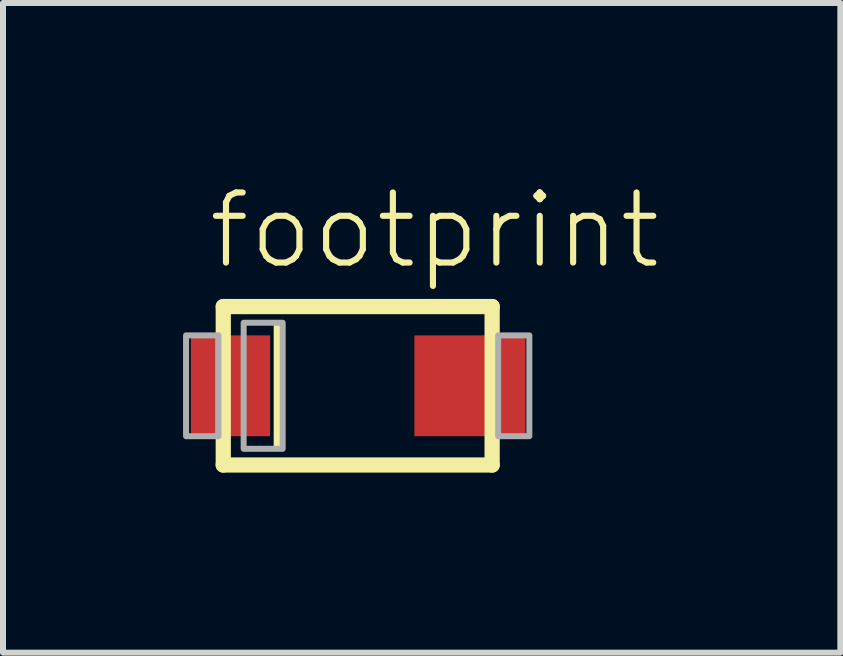
<source format=kicad_pcb>
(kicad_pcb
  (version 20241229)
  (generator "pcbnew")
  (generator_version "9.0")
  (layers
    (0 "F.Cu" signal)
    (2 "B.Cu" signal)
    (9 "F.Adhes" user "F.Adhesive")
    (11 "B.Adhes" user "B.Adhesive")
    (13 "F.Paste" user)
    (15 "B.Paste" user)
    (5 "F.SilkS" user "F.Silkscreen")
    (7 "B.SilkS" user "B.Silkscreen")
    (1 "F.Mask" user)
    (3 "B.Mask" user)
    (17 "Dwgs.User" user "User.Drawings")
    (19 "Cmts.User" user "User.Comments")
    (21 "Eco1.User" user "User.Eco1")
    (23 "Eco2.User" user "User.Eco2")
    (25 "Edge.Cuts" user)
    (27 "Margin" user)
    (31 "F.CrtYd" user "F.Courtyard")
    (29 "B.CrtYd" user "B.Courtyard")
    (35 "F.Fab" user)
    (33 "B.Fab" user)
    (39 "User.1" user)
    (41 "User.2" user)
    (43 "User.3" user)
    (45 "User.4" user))
  (footprint "footprint"
    (layer "F.Cu")
    (at 2.91 3.378)
    (property "Reference" "footprint" (at -2.54 -1.905 0) (layer "F.SilkS") (effects (font (size 1.168 1.168) (thickness 0.102)) (justify left bottom)))
    (fp_line (start -2.24 -1.32) (end 2.24 -1.32) (stroke (width 0.254) (type solid)) (layer "F.SilkS"))
    (fp_line (start -2.24 1.32) (end -2.24 -1.32) (stroke (width 0.254) (type solid)) (layer "F.SilkS"))
    (fp_line (start 2.24 -1.32) (end 2.24 1.32) (stroke (width 0.254) (type solid)) (layer "F.SilkS"))
    (fp_line (start 2.24 1.32) (end -2.24 1.32) (stroke (width 0.254) (type solid)) (layer "F.SilkS"))
    (fp_poly (pts (xy -1.4 1.05) (xy -1.25 1.05) (xy -1.25 -1.05) (xy -1.4 -1.05)) (stroke (width 0) (type solid)) (fill yes) (layer "F.SilkS"))
    (fp_poly (pts (xy -2.86 0.84) (xy -2.32 0.84) (xy -2.32 -0.84) (xy -2.86 -0.84)) (stroke (width 0.1) (type solid)) (fill no) (layer "F.Fab"))
    (fp_poly (pts (xy -1.9 1.05) (xy -1.25 1.05) (xy -1.25 -1.05) (xy -1.9 -1.05)) (stroke (width 0.1) (type solid)) (fill no) (layer "F.Fab"))
    (fp_poly (pts (xy 2.34 0.84) (xy 2.86 0.84) (xy 2.86 -0.84) (xy 2.34 -0.84)) (stroke (width 0.1) (type solid)) (fill no) (layer "F.Fab"))
    (pad "A" smd rect (at 1.87 0) (size 1.85 1.68) (layers "F.Cu" "F.Mask" "F.Paste"))
    (pad "C" smd rect (at -2.12 0) (size 1.32 1.68) (layers "F.Cu" "F.Mask" "F.Paste")))
  (gr_rect
    (start -3 -3)
    (end 10.952 7.825)
    (stroke (width 0.1) (type default))
    (fill no)
    (layer "Edge.Cuts")))
</source>
